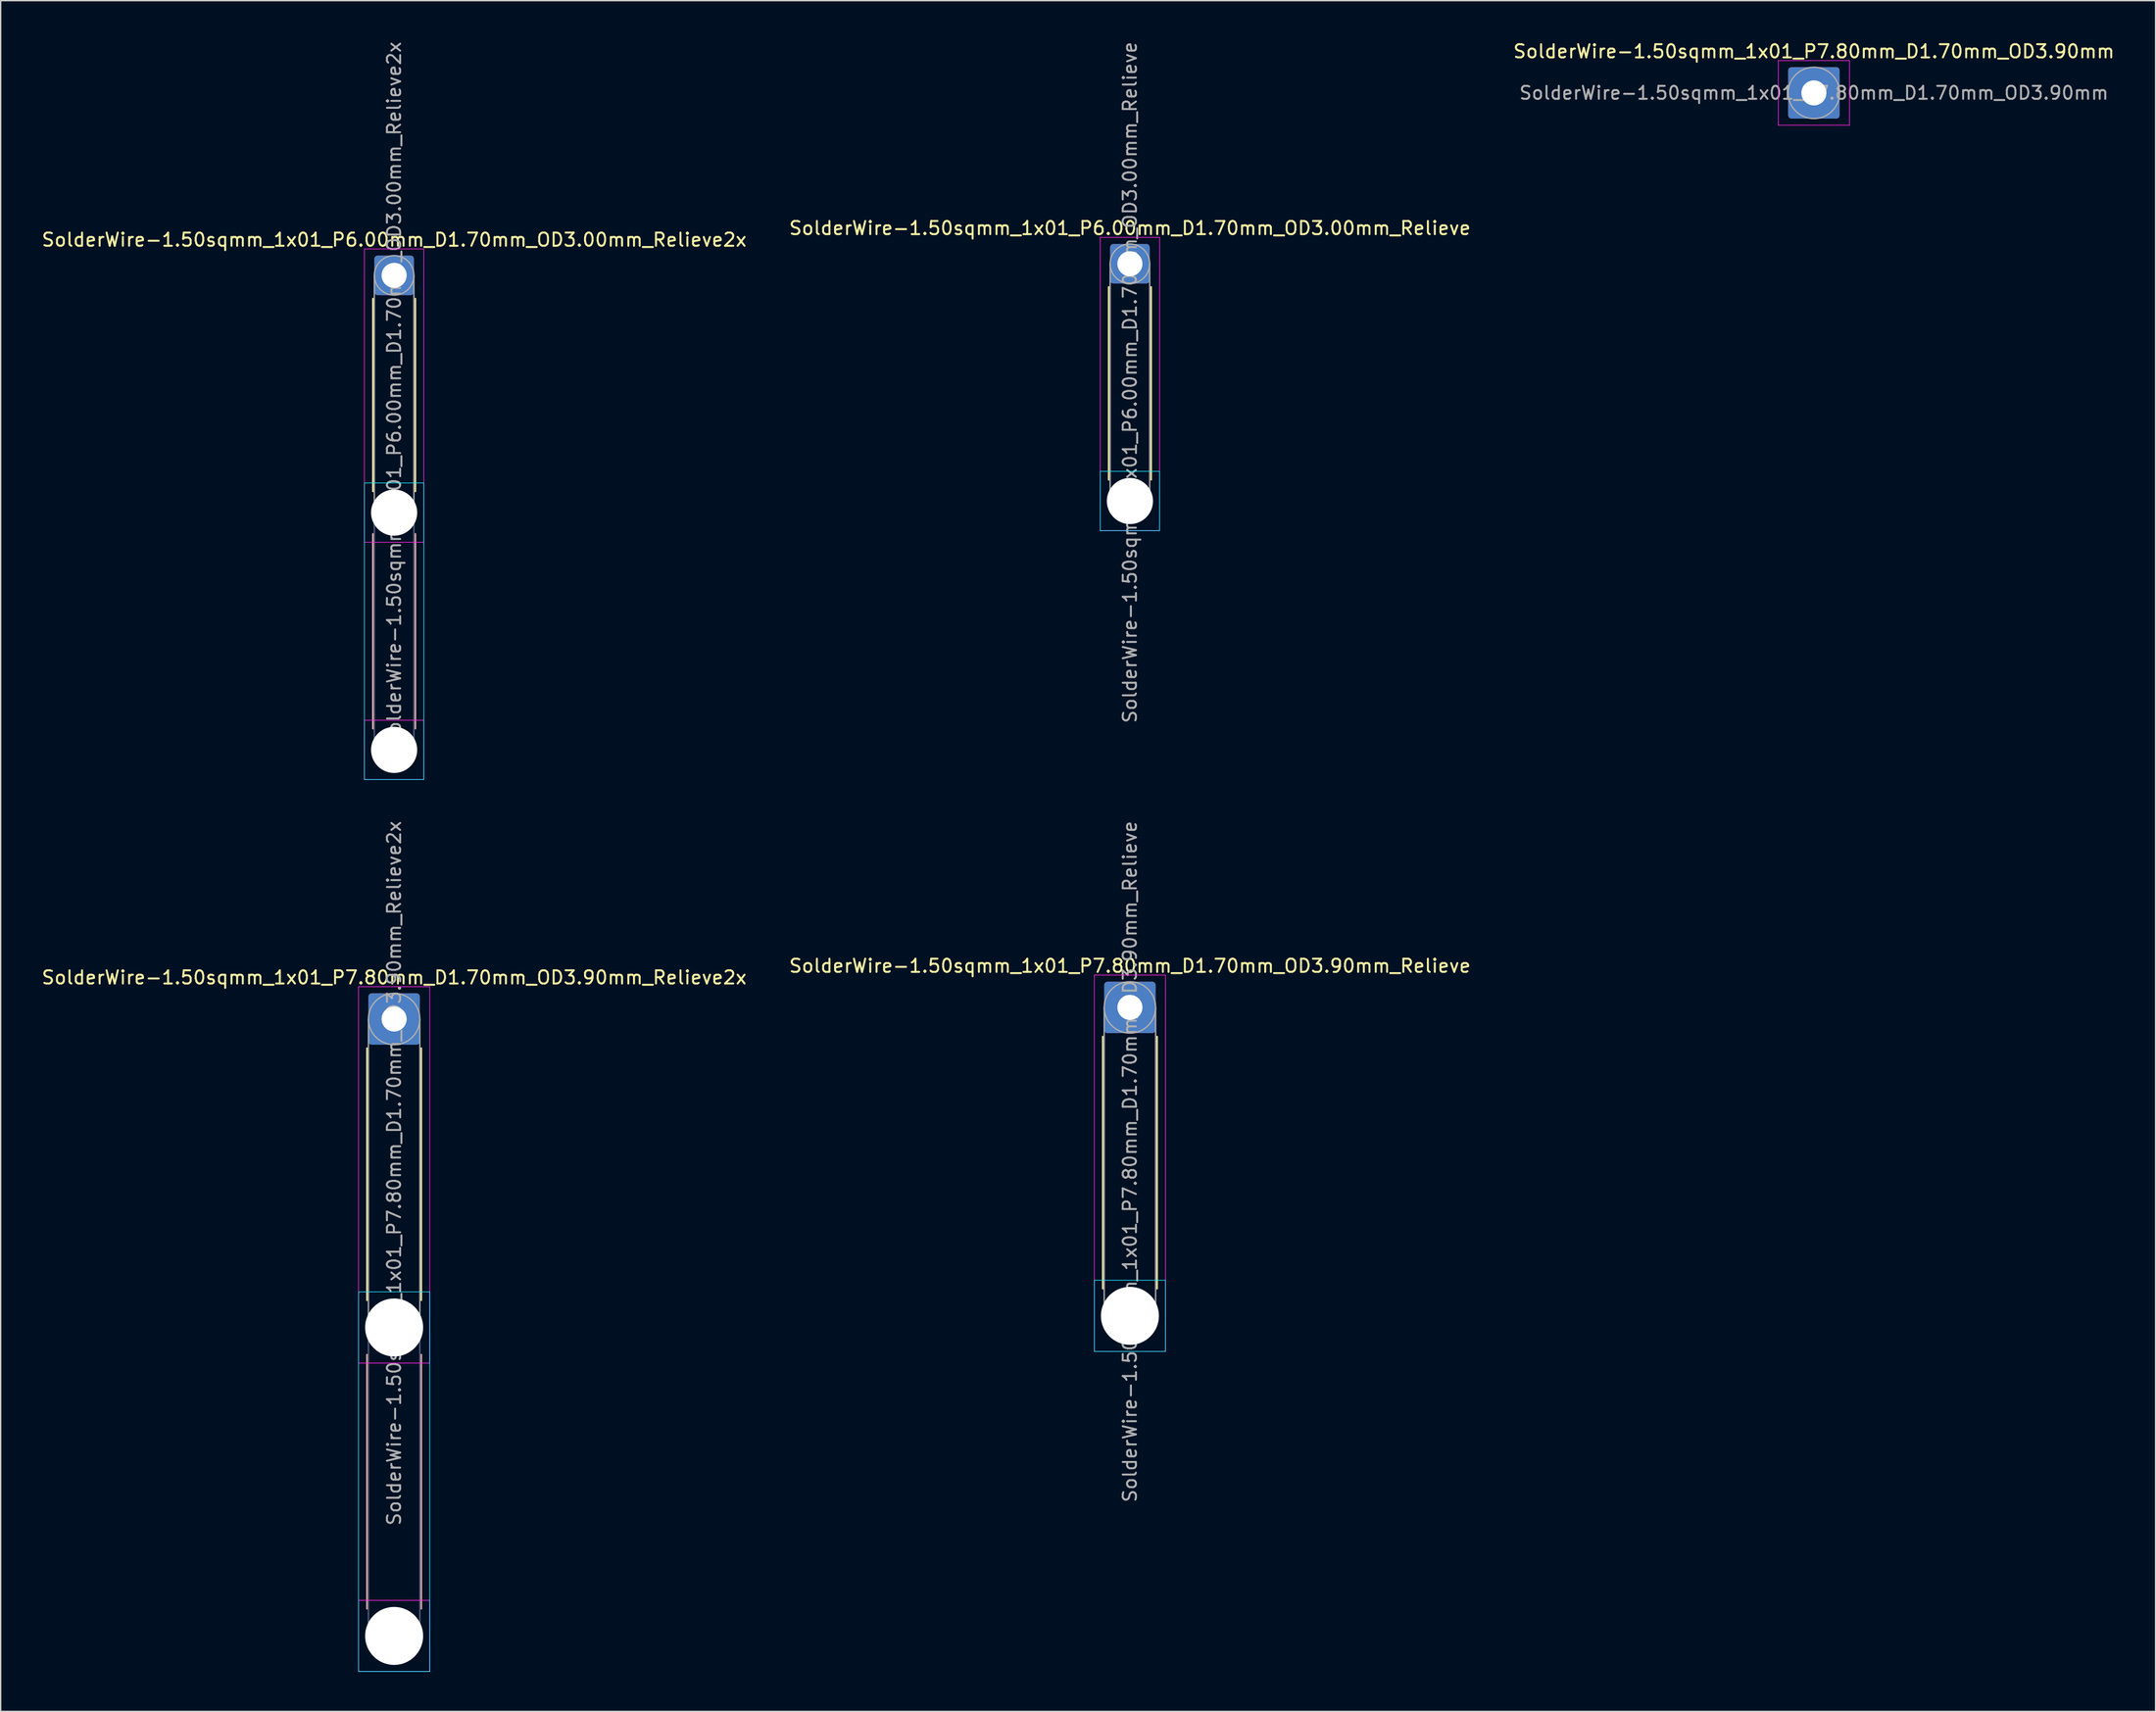
<source format=kicad_pcb>
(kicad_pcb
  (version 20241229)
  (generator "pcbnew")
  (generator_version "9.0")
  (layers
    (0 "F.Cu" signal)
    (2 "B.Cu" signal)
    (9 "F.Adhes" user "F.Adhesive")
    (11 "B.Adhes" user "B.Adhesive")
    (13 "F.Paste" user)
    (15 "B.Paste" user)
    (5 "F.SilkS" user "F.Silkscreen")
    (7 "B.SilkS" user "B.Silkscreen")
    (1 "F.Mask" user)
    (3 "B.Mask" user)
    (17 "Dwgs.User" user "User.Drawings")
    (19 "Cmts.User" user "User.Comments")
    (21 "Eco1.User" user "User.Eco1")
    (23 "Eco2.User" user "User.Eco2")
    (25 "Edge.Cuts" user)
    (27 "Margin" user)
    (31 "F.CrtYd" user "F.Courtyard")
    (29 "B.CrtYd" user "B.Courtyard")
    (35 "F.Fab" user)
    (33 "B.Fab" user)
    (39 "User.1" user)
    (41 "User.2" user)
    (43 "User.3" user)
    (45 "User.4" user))
  (footprint "SolderWire-1.50sqmm_1x01_P7.80mm_D1.70mm_OD3.90mm_Relieve2x"
    (layer "F.Cu")
    (at 26.839 74.254)
    (property "Reference" "SolderWire-1.50sqmm_1x01_P7.80mm_D1.70mm_OD3.90mm_Relieve2x" (at 0 -3.15 0) (layer "F.SilkS") (effects (font (size 1 1) (thickness 0.15))))
    (attr exclude_from_pos_files exclude_from_bom)
    (fp_line (start -2.06 2.21) (end -2.06 21.34) (stroke (width 0.12) (type solid)) (layer "F.SilkS"))
    (fp_line (start 2.06 2.21) (end 2.06 21.34) (stroke (width 0.12) (type solid)) (layer "F.SilkS"))
    (fp_line (start -2.06 25.46) (end -2.06 44.74) (stroke (width 0.12) (type solid)) (layer "B.SilkS"))
    (fp_line (start 2.06 25.46) (end 2.06 44.74) (stroke (width 0.12) (type solid)) (layer "B.SilkS"))
    (fp_line (start -2.7 20.7) (end -2.7 49.5) (stroke (width 0.05) (type solid)) (layer "B.CrtYd"))
    (fp_line (start -2.7 49.5) (end 2.7 49.5) (stroke (width 0.05) (type solid)) (layer "B.CrtYd"))
    (fp_line (start 2.7 20.7) (end -2.7 20.7) (stroke (width 0.05) (type solid)) (layer "B.CrtYd"))
    (fp_line (start 2.7 49.5) (end 2.7 20.7) (stroke (width 0.05) (type solid)) (layer "B.CrtYd"))
    (fp_line (start -2.7 -2.45) (end -2.7 26.1) (stroke (width 0.05) (type solid)) (layer "F.CrtYd"))
    (fp_line (start -2.7 26.1) (end 2.7 26.1) (stroke (width 0.05) (type solid)) (layer "F.CrtYd"))
    (fp_line (start -2.7 44.1) (end -2.7 49.5) (stroke (width 0.05) (type solid)) (layer "F.CrtYd"))
    (fp_line (start -2.7 49.5) (end 2.7 49.5) (stroke (width 0.05) (type solid)) (layer "F.CrtYd"))
    (fp_line (start 2.7 -2.45) (end -2.7 -2.45) (stroke (width 0.05) (type solid)) (layer "F.CrtYd"))
    (fp_line (start 2.7 26.1) (end 2.7 -2.45) (stroke (width 0.05) (type solid)) (layer "F.CrtYd"))
    (fp_line (start 2.7 44.1) (end -2.7 44.1) (stroke (width 0.05) (type solid)) (layer "F.CrtYd"))
    (fp_line (start 2.7 49.5) (end 2.7 44.1) (stroke (width 0.05) (type solid)) (layer "F.CrtYd"))
    (fp_line (start -1.95 23.4) (end -1.95 46.8) (stroke (width 0.1) (type solid)) (layer "B.Fab"))
    (fp_line (start 1.95 23.4) (end 1.95 46.8) (stroke (width 0.1) (type solid)) (layer "B.Fab"))
    (fp_circle (center 0 23.4) (end 1.95 23.4) (stroke (width 0.1) (type solid)) (fill no) (layer "B.Fab"))
    (fp_circle (center 0 46.8) (end 1.95 46.8) (stroke (width 0.1) (type solid)) (fill no) (layer "B.Fab"))
    (fp_line (start -1.95 0) (end -1.95 23.4) (stroke (width 0.1) (type solid)) (layer "F.Fab"))
    (fp_line (start 1.95 0) (end 1.95 23.4) (stroke (width 0.1) (type solid)) (layer "F.Fab"))
    (fp_circle (center 0 0) (end 1.95 0) (stroke (width 0.1) (type solid)) (fill no) (layer "F.Fab"))
    (fp_circle (center 0 23.4) (end 1.95 23.4) (stroke (width 0.1) (type solid)) (fill no) (layer "F.Fab"))
    (fp_circle (center 0 46.8) (end 1.95 46.8) (stroke (width 0.1) (type solid)) (fill no) (layer "F.Fab"))
    (fp_text user "${REFERENCE}" (at 0 11.7 90) (layer "F.Fab") (effects (font (size 1 1) (thickness 0.15))))
    (pad "" np_thru_hole circle (at 0 23.4) (size 4.4 4.4) (drill 4.4) (layers "*.Cu" "*.Mask"))
    (pad "" np_thru_hole circle (at 0 46.8) (size 4.4 4.4) (drill 4.4) (layers "*.Cu" "*.Mask"))
    (pad "1" thru_hole roundrect (at 0 0) (size 3.9 3.9) (drill 1.9) (layers "*.Cu" "*.Mask") (roundrect_rratio 0.064)))
  (footprint "SolderWire-1.50sqmm_1x01_P6.00mm_D1.70mm_OD3.00mm_Relieve"
    (layer "F.Cu")
    (at 82.637 16.958)
    (property "Reference" "SolderWire-1.50sqmm_1x01_P6.00mm_D1.70mm_OD3.00mm_Relieve" (at 0 -2.7 0) (layer "F.SilkS") (effects (font (size 1 1) (thickness 0.15))))
    (attr exclude_from_pos_files exclude_from_bom)
    (fp_line (start -1.61 1.76) (end -1.61 16.39) (stroke (width 0.12) (type solid)) (layer "F.SilkS"))
    (fp_line (start 1.61 1.76) (end 1.61 16.39) (stroke (width 0.12) (type solid)) (layer "F.SilkS"))
    (fp_line (start -2.25 15.75) (end -2.25 20.25) (stroke (width 0.05) (type solid)) (layer "B.CrtYd"))
    (fp_line (start -2.25 20.25) (end 2.25 20.25) (stroke (width 0.05) (type solid)) (layer "B.CrtYd"))
    (fp_line (start 2.25 15.75) (end -2.25 15.75) (stroke (width 0.05) (type solid)) (layer "B.CrtYd"))
    (fp_line (start 2.25 20.25) (end 2.25 15.75) (stroke (width 0.05) (type solid)) (layer "B.CrtYd"))
    (fp_line (start -2.25 -2) (end -2.25 20.25) (stroke (width 0.05) (type solid)) (layer "F.CrtYd"))
    (fp_line (start -2.25 20.25) (end 2.25 20.25) (stroke (width 0.05) (type solid)) (layer "F.CrtYd"))
    (fp_line (start 2.25 -2) (end -2.25 -2) (stroke (width 0.05) (type solid)) (layer "F.CrtYd"))
    (fp_line (start 2.25 20.25) (end 2.25 -2) (stroke (width 0.05) (type solid)) (layer "F.CrtYd"))
    (fp_line (start -1.5 0) (end -1.5 18) (stroke (width 0.1) (type solid)) (layer "F.Fab"))
    (fp_line (start 1.5 0) (end 1.5 18) (stroke (width 0.1) (type solid)) (layer "F.Fab"))
    (fp_circle (center 0 0) (end 1.5 0) (stroke (width 0.1) (type solid)) (fill no) (layer "F.Fab"))
    (fp_circle (center 0 18) (end 1.5 18) (stroke (width 0.1) (type solid)) (fill no) (layer "F.Fab"))
    (fp_text user "${REFERENCE}" (at 0 9 90) (layer "F.Fab") (effects (font (size 1 1) (thickness 0.15))))
    (pad "" np_thru_hole circle (at 0 18) (size 3.5 3.5) (drill 3.5) (layers "*.Cu" "*.Mask"))
    (pad "1" thru_hole roundrect (at 0 0) (size 3 3) (drill 1.9) (layers "*.Cu" "*.Mask") (roundrect_rratio 0.083)))
  (footprint "SolderWire-1.50sqmm_1x01_P7.80mm_D1.70mm_OD3.90mm_Relieve"
    (layer "F.Cu")
    (at 82.637 73.373)
    (property "Reference" "SolderWire-1.50sqmm_1x01_P7.80mm_D1.70mm_OD3.90mm_Relieve" (at 0 -3.15 0) (layer "F.SilkS") (effects (font (size 1 1) (thickness 0.15))))
    (attr exclude_from_pos_files exclude_from_bom)
    (fp_line (start -2.06 2.21) (end -2.06 21.34) (stroke (width 0.12) (type solid)) (layer "F.SilkS"))
    (fp_line (start 2.06 2.21) (end 2.06 21.34) (stroke (width 0.12) (type solid)) (layer "F.SilkS"))
    (fp_line (start -2.7 20.7) (end -2.7 26.1) (stroke (width 0.05) (type solid)) (layer "B.CrtYd"))
    (fp_line (start -2.7 26.1) (end 2.7 26.1) (stroke (width 0.05) (type solid)) (layer "B.CrtYd"))
    (fp_line (start 2.7 20.7) (end -2.7 20.7) (stroke (width 0.05) (type solid)) (layer "B.CrtYd"))
    (fp_line (start 2.7 26.1) (end 2.7 20.7) (stroke (width 0.05) (type solid)) (layer "B.CrtYd"))
    (fp_line (start -2.7 -2.45) (end -2.7 26.1) (stroke (width 0.05) (type solid)) (layer "F.CrtYd"))
    (fp_line (start -2.7 26.1) (end 2.7 26.1) (stroke (width 0.05) (type solid)) (layer "F.CrtYd"))
    (fp_line (start 2.7 -2.45) (end -2.7 -2.45) (stroke (width 0.05) (type solid)) (layer "F.CrtYd"))
    (fp_line (start 2.7 26.1) (end 2.7 -2.45) (stroke (width 0.05) (type solid)) (layer "F.CrtYd"))
    (fp_line (start -1.95 0) (end -1.95 23.4) (stroke (width 0.1) (type solid)) (layer "F.Fab"))
    (fp_line (start 1.95 0) (end 1.95 23.4) (stroke (width 0.1) (type solid)) (layer "F.Fab"))
    (fp_circle (center 0 0) (end 1.95 0) (stroke (width 0.1) (type solid)) (fill no) (layer "F.Fab"))
    (fp_circle (center 0 23.4) (end 1.95 23.4) (stroke (width 0.1) (type solid)) (fill no) (layer "F.Fab"))
    (fp_text user "${REFERENCE}" (at 0 11.7 90) (layer "F.Fab") (effects (font (size 1 1) (thickness 0.15))))
    (pad "" np_thru_hole circle (at 0 23.4) (size 4.4 4.4) (drill 4.4) (layers "*.Cu" "*.Mask"))
    (pad "1" thru_hole roundrect (at 0 0) (size 3.9 3.9) (drill 1.9) (layers "*.Cu" "*.Mask") (roundrect_rratio 0.064)))
  (footprint "SolderWire-1.50sqmm_1x01_P7.80mm_D1.70mm_OD3.90mm"
    (layer "F.Cu")
    (at 134.506 3.998)
    (property "Reference" "SolderWire-1.50sqmm_1x01_P7.80mm_D1.70mm_OD3.90mm" (at 0 -3.15 0) (layer "F.SilkS") (effects (font (size 1 1) (thickness 0.15))))
    (attr exclude_from_pos_files exclude_from_bom)
    (fp_line (start -2.7 -2.45) (end -2.7 2.45) (stroke (width 0.05) (type solid)) (layer "F.CrtYd"))
    (fp_line (start -2.7 2.45) (end 2.7 2.45) (stroke (width 0.05) (type solid)) (layer "F.CrtYd"))
    (fp_line (start 2.7 -2.45) (end -2.7 -2.45) (stroke (width 0.05) (type solid)) (layer "F.CrtYd"))
    (fp_line (start 2.7 2.45) (end 2.7 -2.45) (stroke (width 0.05) (type solid)) (layer "F.CrtYd"))
    (fp_circle (center 0 0) (end 1.95 0) (stroke (width 0.1) (type solid)) (fill no) (layer "F.Fab"))
    (fp_text user "${REFERENCE}" (at 0 0 0) (layer "F.Fab") (effects (font (size 0.98 0.98) (thickness 0.15))))
    (pad "1" thru_hole roundrect (at 0 0) (size 3.9 3.9) (drill 1.9) (layers "*.Cu" "*.Mask") (roundrect_rratio 0.064)))
  (footprint "SolderWire-1.50sqmm_1x01_P6.00mm_D1.70mm_OD3.00mm_Relieve2x"
    (layer "F.Cu")
    (at 26.839 17.839)
    (property "Reference" "SolderWire-1.50sqmm_1x01_P6.00mm_D1.70mm_OD3.00mm_Relieve2x" (at 0 -2.7 0) (layer "F.SilkS") (effects (font (size 1 1) (thickness 0.15))))
    (attr exclude_from_pos_files exclude_from_bom)
    (fp_line (start -1.61 1.76) (end -1.61 16.39) (stroke (width 0.12) (type solid)) (layer "F.SilkS"))
    (fp_line (start 1.61 1.76) (end 1.61 16.39) (stroke (width 0.12) (type solid)) (layer "F.SilkS"))
    (fp_line (start -1.61 19.61) (end -1.61 34.39) (stroke (width 0.12) (type solid)) (layer "B.SilkS"))
    (fp_line (start 1.61 19.61) (end 1.61 34.39) (stroke (width 0.12) (type solid)) (layer "B.SilkS"))
    (fp_line (start -2.25 15.75) (end -2.25 38.25) (stroke (width 0.05) (type solid)) (layer "B.CrtYd"))
    (fp_line (start -2.25 38.25) (end 2.25 38.25) (stroke (width 0.05) (type solid)) (layer "B.CrtYd"))
    (fp_line (start 2.25 15.75) (end -2.25 15.75) (stroke (width 0.05) (type solid)) (layer "B.CrtYd"))
    (fp_line (start 2.25 38.25) (end 2.25 15.75) (stroke (width 0.05) (type solid)) (layer "B.CrtYd"))
    (fp_line (start -2.25 -2) (end -2.25 20.25) (stroke (width 0.05) (type solid)) (layer "F.CrtYd"))
    (fp_line (start -2.25 20.25) (end 2.25 20.25) (stroke (width 0.05) (type solid)) (layer "F.CrtYd"))
    (fp_line (start -2.25 33.75) (end -2.25 38.25) (stroke (width 0.05) (type solid)) (layer "F.CrtYd"))
    (fp_line (start -2.25 38.25) (end 2.25 38.25) (stroke (width 0.05) (type solid)) (layer "F.CrtYd"))
    (fp_line (start 2.25 -2) (end -2.25 -2) (stroke (width 0.05) (type solid)) (layer "F.CrtYd"))
    (fp_line (start 2.25 20.25) (end 2.25 -2) (stroke (width 0.05) (type solid)) (layer "F.CrtYd"))
    (fp_line (start 2.25 33.75) (end -2.25 33.75) (stroke (width 0.05) (type solid)) (layer "F.CrtYd"))
    (fp_line (start 2.25 38.25) (end 2.25 33.75) (stroke (width 0.05) (type solid)) (layer "F.CrtYd"))
    (fp_line (start -1.5 18) (end -1.5 36) (stroke (width 0.1) (type solid)) (layer "B.Fab"))
    (fp_line (start 1.5 18) (end 1.5 36) (stroke (width 0.1) (type solid)) (layer "B.Fab"))
    (fp_circle (center 0 18) (end 1.5 18) (stroke (width 0.1) (type solid)) (fill no) (layer "B.Fab"))
    (fp_circle (center 0 36) (end 1.5 36) (stroke (width 0.1) (type solid)) (fill no) (layer "B.Fab"))
    (fp_line (start -1.5 0) (end -1.5 18) (stroke (width 0.1) (type solid)) (layer "F.Fab"))
    (fp_line (start 1.5 0) (end 1.5 18) (stroke (width 0.1) (type solid)) (layer "F.Fab"))
    (fp_circle (center 0 0) (end 1.5 0) (stroke (width 0.1) (type solid)) (fill no) (layer "F.Fab"))
    (fp_circle (center 0 18) (end 1.5 18) (stroke (width 0.1) (type solid)) (fill no) (layer "F.Fab"))
    (fp_circle (center 0 36) (end 1.5 36) (stroke (width 0.1) (type solid)) (fill no) (layer "F.Fab"))
    (fp_text user "${REFERENCE}" (at 0 9 90) (layer "F.Fab") (effects (font (size 1 1) (thickness 0.15))))
    (pad "" np_thru_hole circle (at 0 18) (size 3.5 3.5) (drill 3.5) (layers "*.Cu" "*.Mask"))
    (pad "" np_thru_hole circle (at 0 36) (size 3.5 3.5) (drill 3.5) (layers "*.Cu" "*.Mask"))
    (pad "1" thru_hole roundrect (at 0 0) (size 3 3) (drill 1.9) (layers "*.Cu" "*.Mask") (roundrect_rratio 0.083)))
  (gr_rect
    (start -3 -3)
    (end 160.417 126.779)
    (stroke (width 0.1) (type default))
    (fill no)
    (layer "Edge.Cuts")))
</source>
